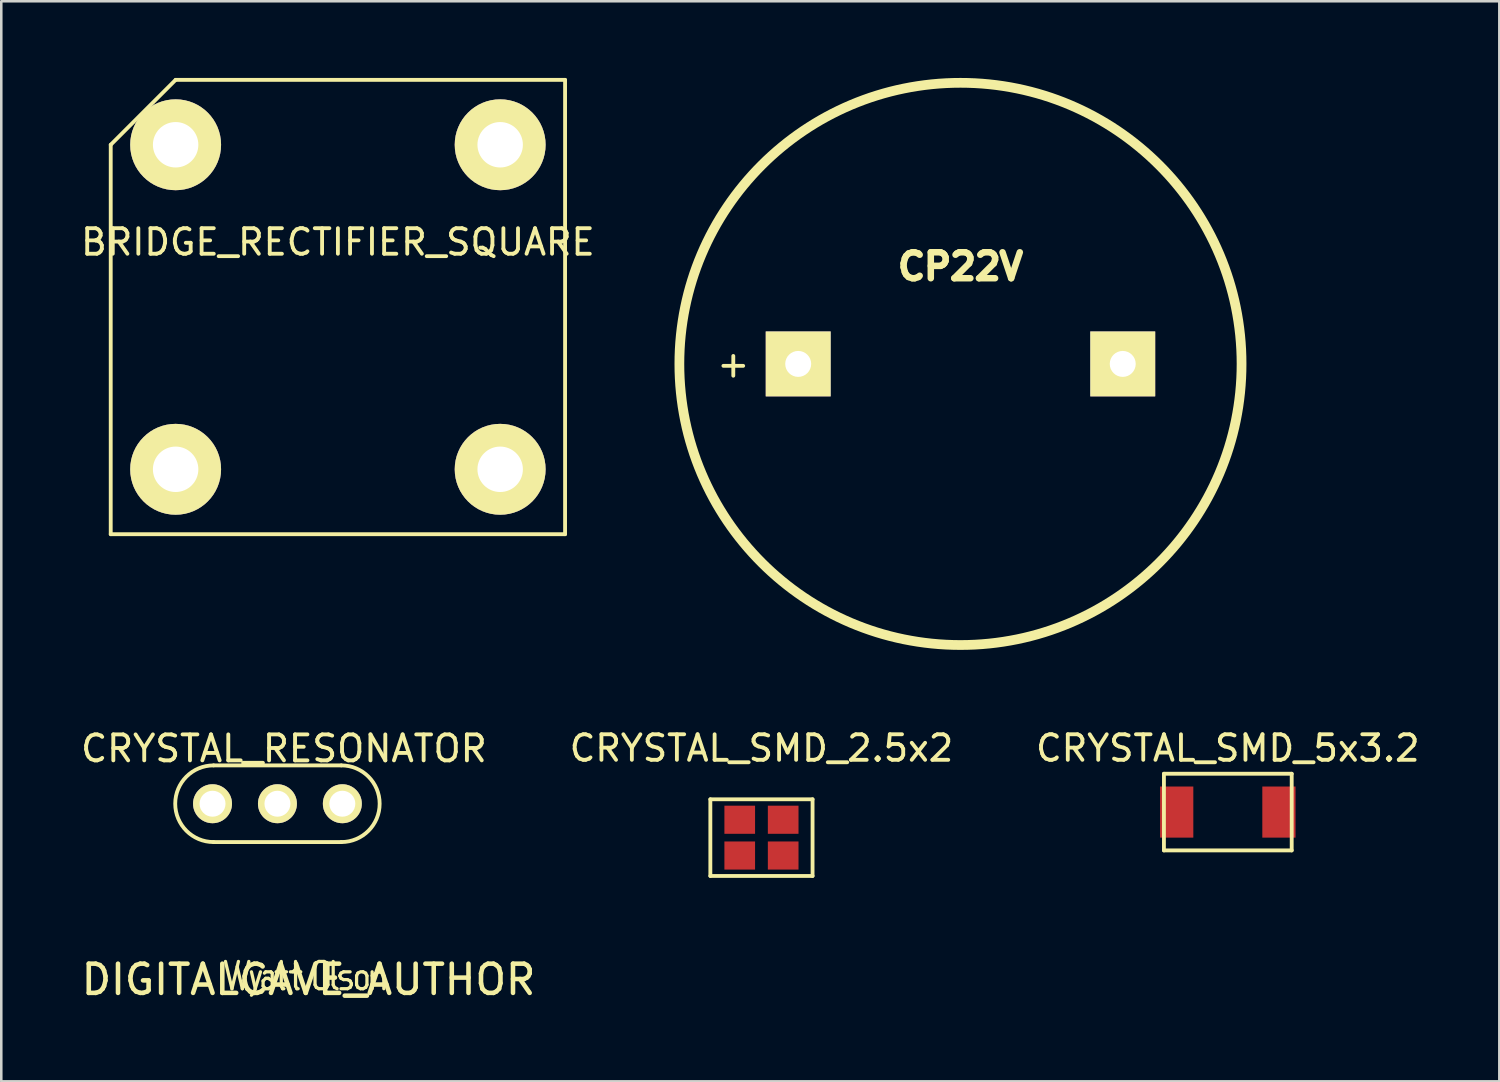
<source format=kicad_pcb>
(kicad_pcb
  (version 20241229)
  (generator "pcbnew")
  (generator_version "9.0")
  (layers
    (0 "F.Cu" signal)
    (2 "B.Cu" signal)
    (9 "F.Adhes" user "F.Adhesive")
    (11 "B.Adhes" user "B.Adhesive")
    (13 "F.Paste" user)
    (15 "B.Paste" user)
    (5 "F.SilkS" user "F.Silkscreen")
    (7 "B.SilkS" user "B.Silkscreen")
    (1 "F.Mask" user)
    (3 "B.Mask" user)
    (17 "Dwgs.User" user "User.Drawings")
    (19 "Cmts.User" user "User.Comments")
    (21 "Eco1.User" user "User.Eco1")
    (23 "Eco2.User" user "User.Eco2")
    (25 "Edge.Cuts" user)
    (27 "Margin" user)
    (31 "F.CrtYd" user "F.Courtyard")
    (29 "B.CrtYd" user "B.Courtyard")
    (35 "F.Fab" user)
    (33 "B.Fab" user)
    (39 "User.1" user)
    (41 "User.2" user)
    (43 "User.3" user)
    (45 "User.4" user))
  (footprint "CRYSTAL_SMD_5x3.2"
    (layer "F.Cu")
    (at 44.998 28.729)
    (property "Reference" "CRYSTAL_SMD_5x3.2" (at 0 -2.5 0) (layer "F.SilkS") (effects (font (size 1 1) (thickness 0.15))))
    (attr through_hole)
    (fp_line (start -2.5 -1.5) (end 2.5 -1.5) (stroke (width 0.15) (type solid)) (layer "F.SilkS"))
    (fp_line (start -2.5 1.5) (end -2.5 -1.5) (stroke (width 0.15) (type solid)) (layer "F.SilkS"))
    (fp_line (start 2.5 -1.5) (end 2.5 1.5) (stroke (width 0.15) (type solid)) (layer "F.SilkS"))
    (fp_line (start 2.5 1.5) (end -2.5 1.5) (stroke (width 0.15) (type solid)) (layer "F.SilkS"))
    (pad "1" smd rect (at -2 0) (size 1.3 2) (layers "F.Cu" "F.Mask" "F.Paste"))
    (pad "2" smd rect (at 2 0) (size 1.3 2) (layers "F.Cu" "F.Mask" "F.Paste")))
  (footprint "BRIDGE_RECTIFIER_SQUARE"
    (layer "F.Cu")
    (at 10.173 8.965)
    (property "Reference" "BRIDGE_RECTIFIER_SQUARE" (at 0 -2.54 0) (layer "F.SilkS") (effects (font (size 1 1) (thickness 0.15))))
    (attr through_hole)
    (fp_line (start -8.89 -6.35) (end -6.35 -8.89) (stroke (width 0.15) (type solid)) (layer "F.SilkS"))
    (fp_line (start -8.89 8.89) (end -8.89 -6.35) (stroke (width 0.15) (type solid)) (layer "F.SilkS"))
    (fp_line (start -6.35 -8.89) (end 8.89 -8.89) (stroke (width 0.15) (type solid)) (layer "F.SilkS"))
    (fp_line (start 8.89 -8.89) (end 8.89 8.89) (stroke (width 0.15) (type solid)) (layer "F.SilkS"))
    (fp_line (start 8.89 8.89) (end -8.89 8.89) (stroke (width 0.15) (type solid)) (layer "F.SilkS"))
    (pad "1" thru_hole circle (at 6.35 6.35) (size 3.556 3.556) (drill 1.778) (layers "*.Cu" "*.Mask" "F.SilkS"))
    (pad "2" thru_hole circle (at 6.35 -6.35) (size 3.556 3.556) (drill 1.778) (layers "*.Cu" "*.Mask" "F.SilkS"))
    (pad "3" thru_hole circle (at -6.35 -6.35) (size 3.556 3.556) (drill 1.778) (layers "*.Cu" "*.Mask" "F.SilkS"))
    (pad "4" thru_hole circle (at -6.35 6.35) (size 3.556 3.556) (drill 1.778) (layers "*.Cu" "*.Mask" "F.SilkS")))
  (footprint "CRYSTAL_SMD_2.5x2"
    (layer "F.Cu")
    (at 26.748 29.729)
    (property "Reference" "CRYSTAL_SMD_2.5x2" (at 0 -3.5 0) (layer "F.SilkS") (effects (font (size 1 1) (thickness 0.15))))
    (attr through_hole)
    (fp_line (start -2 -1.5) (end 2 -1.5) (stroke (width 0.15) (type solid)) (layer "F.SilkS"))
    (fp_line (start -2 1.5) (end -2 -1.5) (stroke (width 0.15) (type solid)) (layer "F.SilkS"))
    (fp_line (start 2 -1.5) (end 2 1.5) (stroke (width 0.15) (type solid)) (layer "F.SilkS"))
    (fp_line (start 2 1.5) (end -2 1.5) (stroke (width 0.15) (type solid)) (layer "F.SilkS"))
    (pad "1" smd rect (at -0.85 0.7) (size 1.2 1.1) (layers "F.Cu" "F.Mask" "F.Paste"))
    (pad "2" smd rect (at 0.85 0.7) (size 1.2 1.1) (layers "F.Cu" "F.Mask" "F.Paste"))
    (pad "3" smd rect (at 0.85 -0.7) (size 1.2 1.1) (layers "F.Cu" "F.Mask" "F.Paste"))
    (pad "4" smd rect (at -0.85 -0.7) (size 1.2 1.1) (layers "F.Cu" "F.Mask" "F.Paste")))
  (footprint "CRYSTAL_RESONATOR"
    (layer "F.Cu")
    (at 7.807 28.402)
    (property "Reference" "CRYSTAL_RESONATOR" (at 0.254 -2.159 0) (layer "F.SilkS") (effects (font (size 1.016 1.016) (thickness 0.152))))
    (attr through_hole)
    (fp_line (start -2.5 -1.5) (end 2.5 -1.5) (stroke (width 0.15) (type solid)) (layer "F.SilkS"))
    (fp_line (start 2.5 1.5) (end -2.5 1.5) (stroke (width 0.15) (type solid)) (layer "F.SilkS"))
    (fp_arc (start -2.5 1.5) (mid -4 0) (end -2.5 -1.5) (stroke (width 0.15) (type solid)) (layer "F.SilkS"))
    (fp_arc (start 2.5 -1.5) (mid 4 0) (end 2.5 1.5) (stroke (width 0.15) (type solid)) (layer "F.SilkS"))
    (pad "1" thru_hole circle (at -2.54 0) (size 1.524 1.524) (drill 1.016) (layers "*.Cu" "*.Mask" "F.SilkS"))
    (pad "2" thru_hole circle (at 2.54 0) (size 1.524 1.524) (drill 1.016) (layers "*.Cu" "*.Mask" "F.SilkS"))
    (pad "3" thru_hole circle (at 0 0) (size 1.524 1.524) (drill 1.016) (layers "*.Cu" "*.Mask" "F.SilkS")))
  (footprint "DIGITALCAVE_AUTHOR"
    (layer "F.Cu")
    (at 9.024 35.285)
    (property "Reference" "DIGITALCAVE_AUTHOR" (at 0 0 0) (layer "F.SilkS") (effects (font (size 1.143 1.143) (thickness 0.178))))
    (attr through_hole)
    (fp_line (start -3.251 -0.711) (end -2.997 0.356) (stroke (width 0.127) (type solid)) (layer "F.SilkS"))
    (fp_line (start -2.997 0.356) (end -2.743 -0.711) (stroke (width 0.127) (type solid)) (layer "F.SilkS"))
    (fp_line (start -2.794 -0.508) (end -2.591 0.356) (stroke (width 0.127) (type solid)) (layer "F.SilkS"))
    (fp_line (start -2.591 0.356) (end -2.337 -0.711) (stroke (width 0.127) (type solid)) (layer "F.SilkS"))
    (fp_line (start -2.235 -0.305) (end -2.083 0.356) (stroke (width 0.127) (type solid)) (layer "F.SilkS"))
    (fp_line (start -2.134 0.508) (end -2.235 0.61) (stroke (width 0.127) (type solid)) (layer "F.SilkS"))
    (fp_line (start -1.88 -0.305) (end -2.134 0.508) (stroke (width 0.127) (type solid)) (layer "F.SilkS"))
    (fp_line (start -1.778 0.051) (end -1.778 0.254) (stroke (width 0.127) (type solid)) (layer "F.SilkS"))
    (fp_line (start -1.778 0.254) (end -1.676 0.356) (stroke (width 0.127) (type solid)) (layer "F.SilkS"))
    (fp_line (start -1.727 -0.254) (end -1.676 -0.305) (stroke (width 0.127) (type solid)) (layer "F.SilkS"))
    (fp_line (start -1.676 -0.305) (end -1.473 -0.305) (stroke (width 0.127) (type solid)) (layer "F.SilkS"))
    (fp_line (start -1.676 -0.051) (end -1.778 0.051) (stroke (width 0.127) (type solid)) (layer "F.SilkS"))
    (fp_line (start -1.676 0.356) (end -1.575 0.356) (stroke (width 0.127) (type solid)) (layer "F.SilkS"))
    (fp_line (start -1.575 -0.051) (end -1.676 -0.051) (stroke (width 0.127) (type solid)) (layer "F.SilkS"))
    (fp_line (start -1.575 0.356) (end -1.422 0.254) (stroke (width 0.127) (type solid)) (layer "F.SilkS"))
    (fp_line (start -1.473 -0.305) (end -1.422 -0.254) (stroke (width 0.127) (type solid)) (layer "F.SilkS"))
    (fp_line (start -1.422 -0.254) (end -1.422 0.356) (stroke (width 0.127) (type solid)) (layer "F.SilkS"))
    (fp_line (start -1.422 0.051) (end -1.575 -0.051) (stroke (width 0.127) (type solid)) (layer "F.SilkS"))
    (fp_line (start -1.27 -0.305) (end -0.864 -0.305) (stroke (width 0.127) (type solid)) (layer "F.SilkS"))
    (fp_line (start -1.168 -0.305) (end -1.067 -0.406) (stroke (width 0.127) (type solid)) (layer "F.SilkS"))
    (fp_line (start -1.067 -0.711) (end -1.067 0.254) (stroke (width 0.127) (type solid)) (layer "F.SilkS"))
    (fp_line (start -1.067 0.254) (end -1.016 0.356) (stroke (width 0.127) (type solid)) (layer "F.SilkS"))
    (fp_line (start -0.965 0.356) (end -1.016 0.356) (stroke (width 0.127) (type solid)) (layer "F.SilkS"))
    (fp_line (start -0.711 -0.305) (end -0.305 -0.305) (stroke (width 0.127) (type solid)) (layer "F.SilkS"))
    (fp_line (start -0.61 -0.305) (end -0.508 -0.406) (stroke (width 0.127) (type solid)) (layer "F.SilkS"))
    (fp_line (start -0.508 -0.711) (end -0.508 0.254) (stroke (width 0.127) (type solid)) (layer "F.SilkS"))
    (fp_line (start -0.508 0.254) (end -0.457 0.356) (stroke (width 0.127) (type solid)) (layer "F.SilkS"))
    (fp_line (start -0.406 0.356) (end -0.457 0.356) (stroke (width 0.127) (type solid)) (layer "F.SilkS"))
    (fp_line (start 0.254 -0.559) (end 0.254 0.203) (stroke (width 0.127) (type solid)) (layer "F.SilkS"))
    (fp_line (start 0.254 0.203) (end 0.305 0.305) (stroke (width 0.127) (type solid)) (layer "F.SilkS"))
    (fp_line (start 0.305 -0.66) (end 0.254 -0.559) (stroke (width 0.127) (type solid)) (layer "F.SilkS"))
    (fp_line (start 0.305 0.305) (end 0.406 0.356) (stroke (width 0.127) (type solid)) (layer "F.SilkS"))
    (fp_line (start 0.406 -0.711) (end 0.305 -0.66) (stroke (width 0.127) (type solid)) (layer "F.SilkS"))
    (fp_line (start 0.406 0.356) (end 0.61 0.356) (stroke (width 0.127) (type solid)) (layer "F.SilkS"))
    (fp_line (start 0.61 -0.711) (end 0.406 -0.711) (stroke (width 0.127) (type solid)) (layer "F.SilkS"))
    (fp_line (start 0.61 0.356) (end 0.711 0.305) (stroke (width 0.127) (type solid)) (layer "F.SilkS"))
    (fp_line (start 0.711 -0.66) (end 0.61 -0.711) (stroke (width 0.127) (type solid)) (layer "F.SilkS"))
    (fp_line (start 0.711 0.305) (end 0.762 0.203) (stroke (width 0.127) (type solid)) (layer "F.SilkS"))
    (fp_line (start 0.762 -0.559) (end 0.711 -0.66) (stroke (width 0.127) (type solid)) (layer "F.SilkS"))
    (fp_line (start 0.762 0.203) (end 0.762 -0.559) (stroke (width 0.127) (type solid)) (layer "F.SilkS"))
    (fp_line (start 0.965 -0.711) (end 0.965 0.203) (stroke (width 0.127) (type solid)) (layer "F.SilkS"))
    (fp_line (start 0.965 0.203) (end 1.016 0.305) (stroke (width 0.127) (type solid)) (layer "F.SilkS"))
    (fp_line (start 1.016 0.305) (end 1.118 0.356) (stroke (width 0.127) (type solid)) (layer "F.SilkS"))
    (fp_line (start 1.219 -0.152) (end 1.27 -0.254) (stroke (width 0.127) (type solid)) (layer "F.SilkS"))
    (fp_line (start 1.27 -0.254) (end 1.372 -0.305) (stroke (width 0.127) (type solid)) (layer "F.SilkS"))
    (fp_line (start 1.27 -0.051) (end 1.219 -0.152) (stroke (width 0.127) (type solid)) (layer "F.SilkS"))
    (fp_line (start 1.27 0.356) (end 1.524 0.356) (stroke (width 0.127) (type solid)) (layer "F.SilkS"))
    (fp_line (start 1.372 -0.305) (end 1.626 -0.305) (stroke (width 0.127) (type solid)) (layer "F.SilkS"))
    (fp_line (start 1.372 0) (end 1.27 -0.051) (stroke (width 0.127) (type solid)) (layer "F.SilkS"))
    (fp_line (start 1.372 0) (end 1.524 0) (stroke (width 0.127) (type solid)) (layer "F.SilkS"))
    (fp_line (start 1.524 0.356) (end 1.626 0.305) (stroke (width 0.127) (type solid)) (layer "F.SilkS"))
    (fp_line (start 1.626 0.051) (end 1.524 0) (stroke (width 0.127) (type solid)) (layer "F.SilkS"))
    (fp_line (start 1.626 0.305) (end 1.676 0.203) (stroke (width 0.127) (type solid)) (layer "F.SilkS"))
    (fp_line (start 1.676 0.152) (end 1.626 0.051) (stroke (width 0.127) (type solid)) (layer "F.SilkS"))
    (fp_line (start 1.676 0.203) (end 1.676 0.152) (stroke (width 0.127) (type solid)) (layer "F.SilkS"))
    (fp_line (start 1.88 -0.152) (end 1.88 0.203) (stroke (width 0.127) (type solid)) (layer "F.SilkS"))
    (fp_line (start 1.88 0.203) (end 1.93 0.305) (stroke (width 0.127) (type solid)) (layer "F.SilkS"))
    (fp_line (start 1.93 -0.254) (end 1.88 -0.152) (stroke (width 0.127) (type solid)) (layer "F.SilkS"))
    (fp_line (start 1.93 0.305) (end 2.032 0.356) (stroke (width 0.127) (type solid)) (layer "F.SilkS"))
    (fp_line (start 2.032 -0.305) (end 1.93 -0.254) (stroke (width 0.127) (type solid)) (layer "F.SilkS"))
    (fp_line (start 2.032 0.356) (end 2.134 0.356) (stroke (width 0.127) (type solid)) (layer "F.SilkS"))
    (fp_line (start 2.134 -0.305) (end 2.083 -0.305) (stroke (width 0.127) (type solid)) (layer "F.SilkS"))
    (fp_line (start 2.134 0.356) (end 2.235 0.305) (stroke (width 0.127) (type solid)) (layer "F.SilkS"))
    (fp_line (start 2.235 -0.254) (end 2.134 -0.305) (stroke (width 0.127) (type solid)) (layer "F.SilkS"))
    (fp_line (start 2.235 0.305) (end 2.286 0.203) (stroke (width 0.127) (type solid)) (layer "F.SilkS"))
    (fp_line (start 2.286 -0.152) (end 2.235 -0.254) (stroke (width 0.127) (type solid)) (layer "F.SilkS"))
    (fp_line (start 2.286 0.203) (end 2.286 -0.152) (stroke (width 0.127) (type solid)) (layer "F.SilkS"))
    (fp_line (start 2.489 -0.305) (end 2.489 0.356) (stroke (width 0.127) (type solid)) (layer "F.SilkS"))
    (fp_line (start 2.642 -0.254) (end 2.489 -0.152) (stroke (width 0.127) (type solid)) (layer "F.SilkS"))
    (fp_line (start 2.642 -0.254) (end 2.743 -0.305) (stroke (width 0.127) (type solid)) (layer "F.SilkS"))
    (fp_line (start 2.743 -0.305) (end 2.794 -0.305) (stroke (width 0.127) (type solid)) (layer "F.SilkS"))
    (fp_line (start 2.794 -0.305) (end 2.896 -0.254) (stroke (width 0.127) (type solid)) (layer "F.SilkS"))
    (fp_line (start 2.896 -0.254) (end 2.946 -0.152) (stroke (width 0.127) (type solid)) (layer "F.SilkS"))
    (fp_line (start 2.946 -0.152) (end 2.946 0.356) (stroke (width 0.127) (type solid)) (layer "F.SilkS")))
  (footprint "CP22V"
    (layer "F.Cu")
    (at 34.536 11.191)
    (property "Reference" "CP22V" (at 0 -3.81 0) (layer "F.SilkS") (effects (font (size 1.016 1.016) (thickness 0.254))))
    (attr through_hole)
    (fp_circle (center 0 0) (end 11 0) (stroke (width 0.381) (type solid)) (fill no) (layer "F.SilkS"))
    (fp_text user "+" (at -8.89 0 0) (layer "F.SilkS") (effects (font (size 1.016 1.016) (thickness 0.15))))
    (pad "1" thru_hole rect (at -6.35 0) (size 2.54 2.54) (drill 1.016) (layers "*.Cu" "*.Mask" "F.SilkS"))
    (pad "2" thru_hole rect (at 6.35 0) (size 2.54 2.54) (drill 1.016) (layers "*.Cu" "*.Mask" "F.SilkS")))
  (gr_rect
    (start -3 -3)
    (end 55.623 39.266)
    (stroke (width 0.1) (type default))
    (fill no)
    (layer "Edge.Cuts")))
</source>
